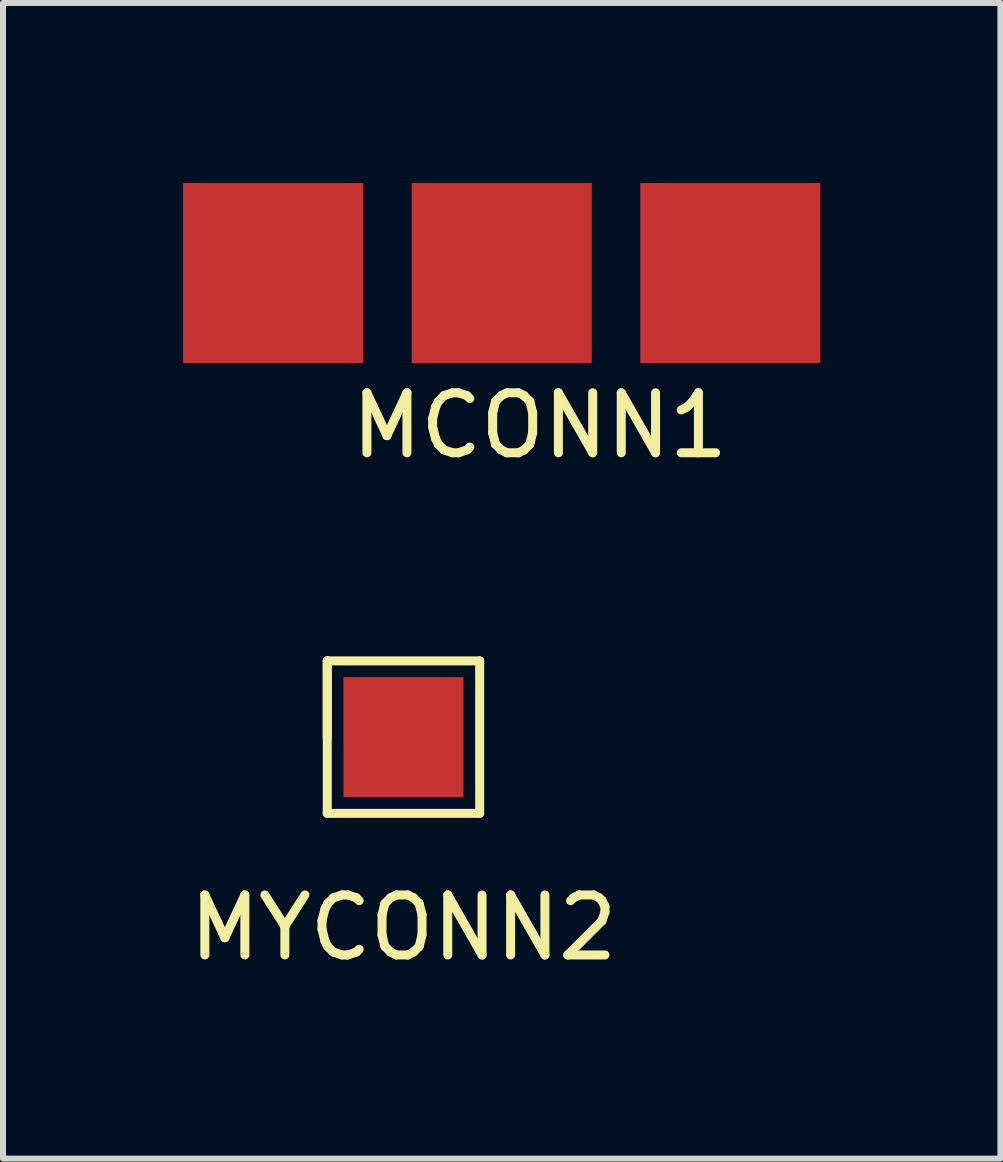
<source format=kicad_pcb>
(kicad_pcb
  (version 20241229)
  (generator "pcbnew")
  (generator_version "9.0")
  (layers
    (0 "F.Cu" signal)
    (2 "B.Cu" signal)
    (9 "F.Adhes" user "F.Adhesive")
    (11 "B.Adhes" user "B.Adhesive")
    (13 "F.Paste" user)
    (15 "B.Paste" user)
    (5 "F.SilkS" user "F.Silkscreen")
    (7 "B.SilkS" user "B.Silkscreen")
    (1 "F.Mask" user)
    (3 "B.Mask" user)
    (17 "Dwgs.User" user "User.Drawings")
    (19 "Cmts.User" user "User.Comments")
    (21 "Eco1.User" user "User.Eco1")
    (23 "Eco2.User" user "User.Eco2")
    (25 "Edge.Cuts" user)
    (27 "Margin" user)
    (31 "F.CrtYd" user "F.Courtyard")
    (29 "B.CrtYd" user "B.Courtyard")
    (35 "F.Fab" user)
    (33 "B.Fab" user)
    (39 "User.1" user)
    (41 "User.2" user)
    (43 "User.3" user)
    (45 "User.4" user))
  (footprint "MYCONN2"
    (layer "F.Cu")
    (at 3.673 9.233)
    (property "Reference" "MYCONN2" (at 0 3.175 0) (layer "F.SilkS") (effects (font (size 1 1) (thickness 0.15))))
    (attr through_hole)
    (fp_line (start -1.27 -1.27) (end -1.27 0) (stroke (width 0.15) (type solid)) (layer "F.SilkS"))
    (fp_line (start -1.27 -1.27) (end -1.27 1.27) (stroke (width 0.15) (type solid)) (layer "F.SilkS"))
    (fp_line (start -1.27 1.27) (end 1.27 1.27) (stroke (width 0.15) (type solid)) (layer "F.SilkS"))
    (fp_line (start 1.27 -1.27) (end -1.27 -1.27) (stroke (width 0.15) (type solid)) (layer "F.SilkS"))
    (fp_line (start 1.27 1.27) (end 1.27 -1.27) (stroke (width 0.15) (type solid)) (layer "F.SilkS"))
    (pad "1" connect rect (at 0 0) (size 2 2) (layers "F.Cu" "F.Mask")))
  (footprint "MCONN1"
    (layer "F.Cu")
    (at 1.5 1.5)
    (property "Reference" "MCONN1" (at 4.445 2.54 0) (layer "F.SilkS") (effects (font (size 1 1) (thickness 0.15))))
    (attr through_hole)
    (pad "1" smd rect (at 0 0) (size 3 3) (layers "F.Cu" "F.Mask" "F.Paste"))
    (pad "2" smd rect (at 3.81 0) (size 3 3) (layers "F.Cu" "F.Mask" "F.Paste"))
    (pad "3" smd rect (at 7.62 0) (size 3 3) (layers "F.Cu" "F.Mask" "F.Paste")))
  (gr_rect
    (start -3 -3)
    (end 13.62 16.256)
    (stroke (width 0.1) (type default))
    (fill no)
    (layer "Edge.Cuts")))
</source>
